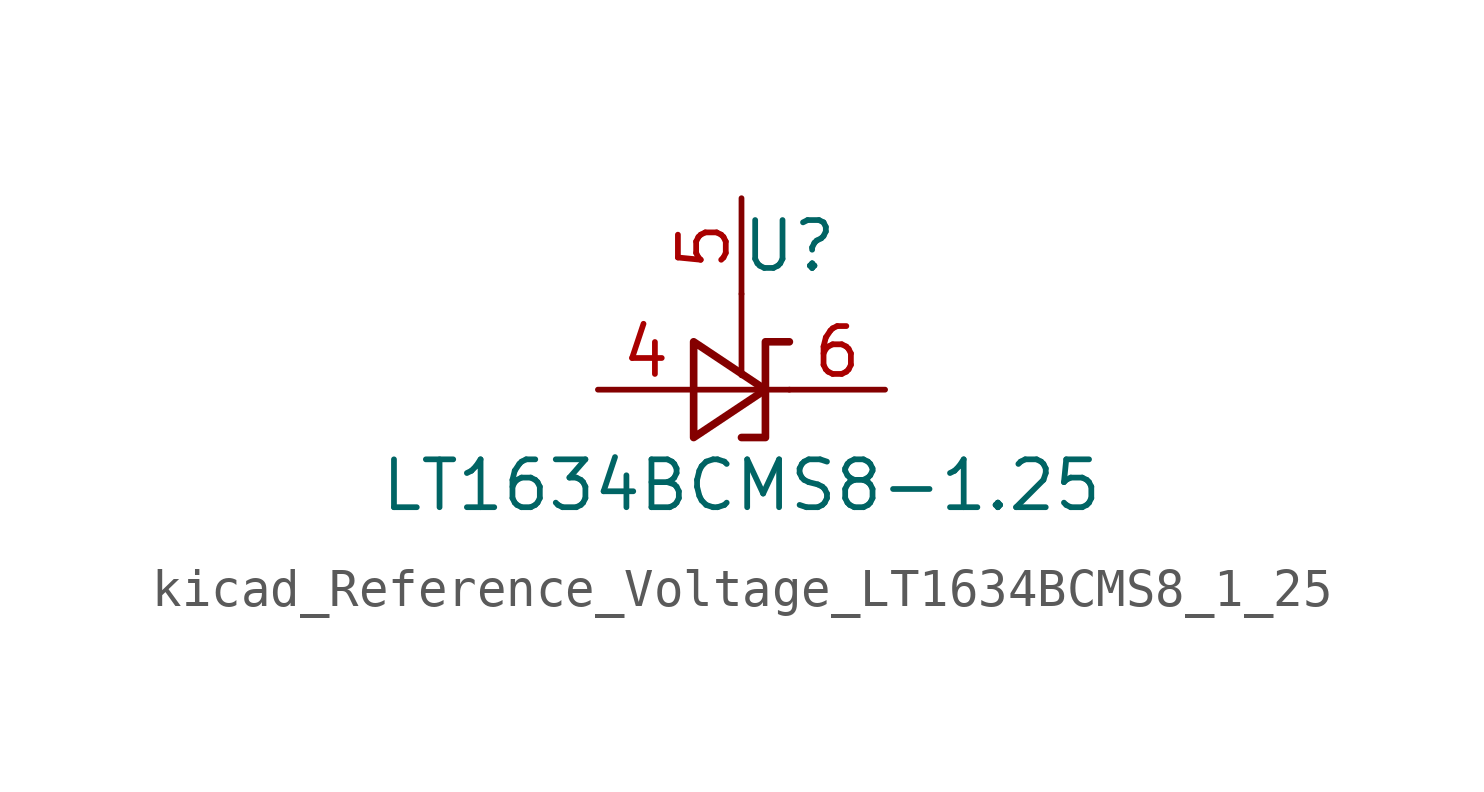
<source format=kicad_sym>
(kicad_symbol_lib
  (version 20220914)
  (generator kicad_symbol_editor)
  (symbol "kicad_Reference_Voltage_LT1634BCMS8_1_25"
    (pin_names
      (offset 0.254) hide)
    (property "Reference" "U"
      (at 1.27 3.81 0)
      (effects (font (size 1.27 1.27))))
    (property "Value" "LT1634BCMS8-1.25"
      (at 0 -2.54 0)
      (effects (font (size 1.27 1.27))))
    (symbol "kicad_Reference_Voltage_LT1634BCMS8_1_25_1_1"
      (polyline (pts (xy 0 2.54) (xy 0 0.381)) (stroke (width 0) (type default)) (fill (type none)))
      (polyline (pts (xy -1.27 0) (xy 0 0) (xy 1.27 0)) (stroke (width 0) (type default)) (fill (type none)))
      (polyline (pts (xy -1.27 -1.27) (xy 0.635 0) (xy -1.27 1.27) (xy -1.27 -1.27)) (stroke (width 0.203) (type default)) (fill (type none)))
      (polyline (pts (xy 0 -1.27) (xy 0.635 -1.27) (xy 0.635 1.27) (xy 1.27 1.27)) (stroke (width 0.203) (type default)) (fill (type none)))
      (pin passive line (at -3.81 0 0) (length 2.54) (name "A" (effects (font (size 1.27 1.27)))) (number "4" (effects (font (size 1.27 1.27)))))
      (pin input line (at 0 5.08 270) (length 2.54) (name "Test" (effects (font (size 1.27 1.27)))) (number "5" (effects (font (size 1.27 1.27)))))
      (pin passive line (at 3.81 0 180) (length 2.54) (name "K" (effects (font (size 1.27 1.27)))) (number "6" (effects (font (size 1.27 1.27))))))))
</source>
